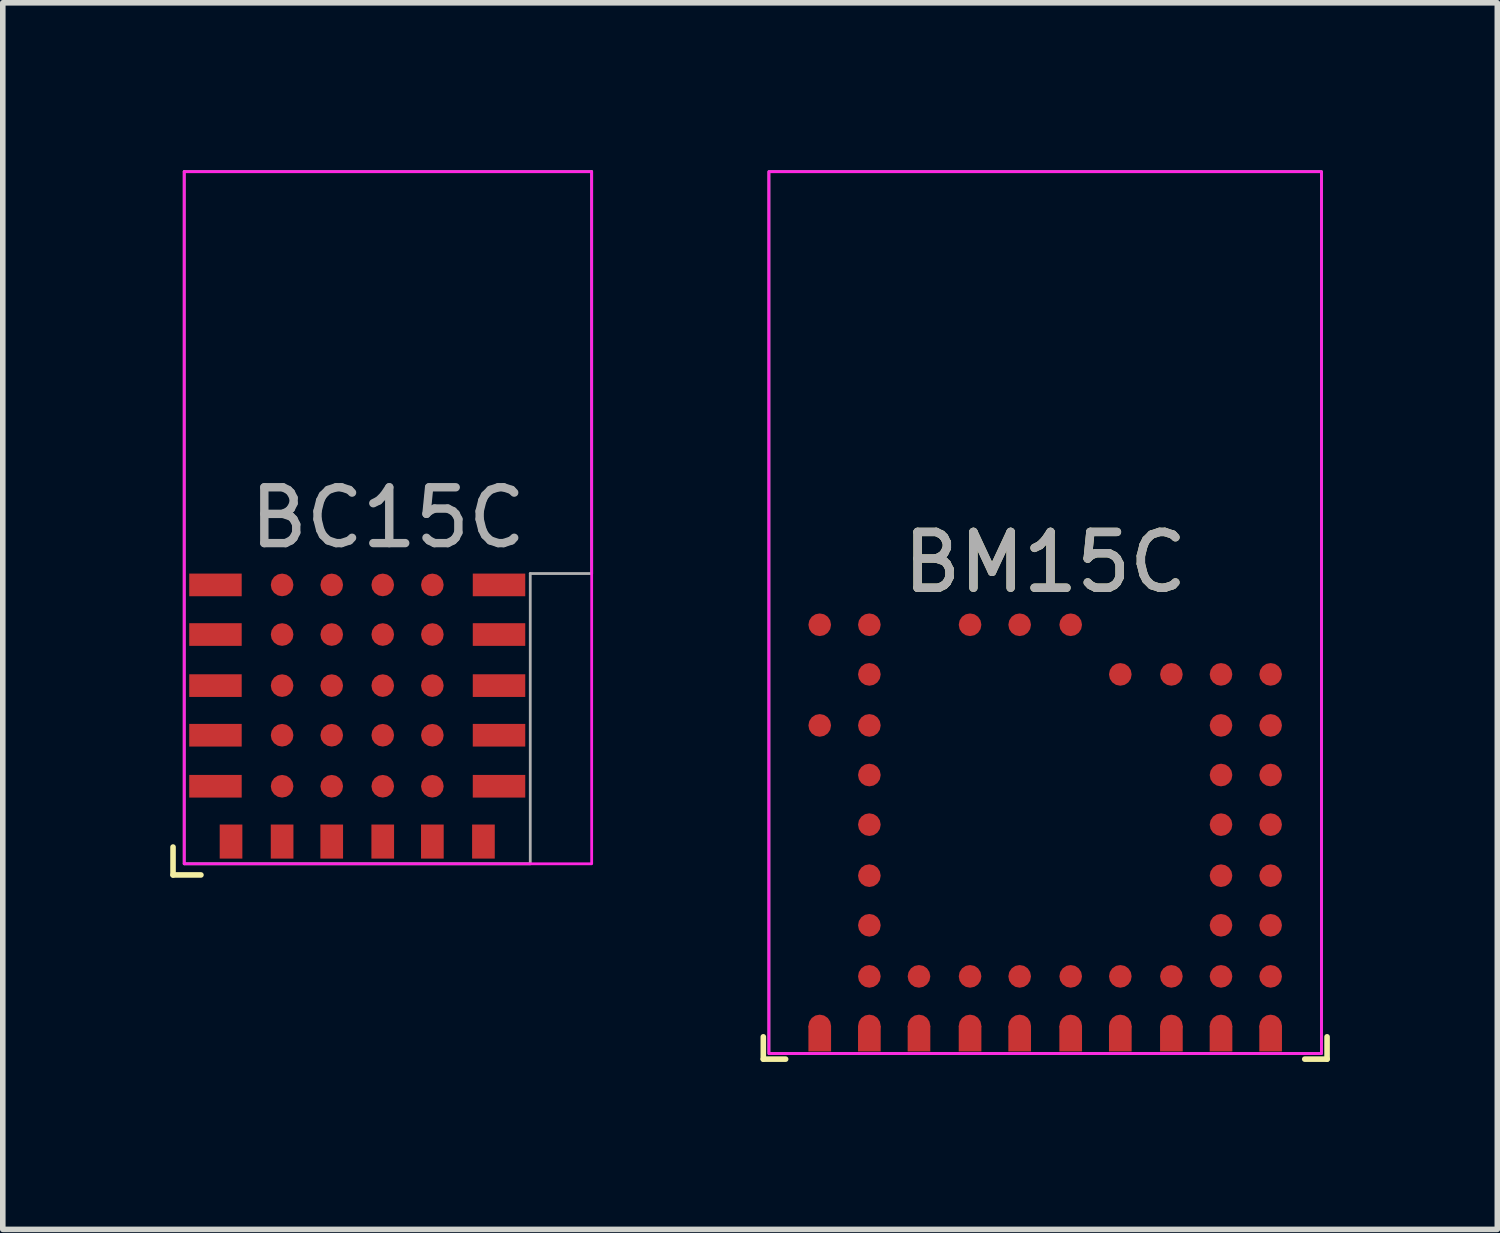
<source format=kicad_pcb>
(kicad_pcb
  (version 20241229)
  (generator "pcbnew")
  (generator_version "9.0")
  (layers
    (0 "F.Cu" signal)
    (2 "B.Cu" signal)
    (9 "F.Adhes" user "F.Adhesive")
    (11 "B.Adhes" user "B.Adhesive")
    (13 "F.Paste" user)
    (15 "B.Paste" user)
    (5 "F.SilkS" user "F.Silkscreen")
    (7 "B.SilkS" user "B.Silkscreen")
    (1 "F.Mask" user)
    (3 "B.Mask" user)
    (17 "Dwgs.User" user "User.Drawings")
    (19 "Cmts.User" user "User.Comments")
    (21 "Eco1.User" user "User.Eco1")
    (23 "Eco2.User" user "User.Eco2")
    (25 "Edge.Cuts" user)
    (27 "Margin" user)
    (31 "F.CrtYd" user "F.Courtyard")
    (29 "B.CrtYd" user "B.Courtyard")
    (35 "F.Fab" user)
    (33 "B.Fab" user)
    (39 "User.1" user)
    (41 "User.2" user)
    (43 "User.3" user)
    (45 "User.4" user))
  (footprint "BM15C"
    (layer "F.Cu")
    (at 15.675 7.025)
    (property "Reference" "BM15C" (at 0 0 0) (unlocked yes) (layer "F.SilkS") (effects (font (size 1 1) (thickness 0.15))))
    (fp_line (start -5.05 8.5) (end -5.05 8.9) (stroke (width 0.1) (type default)) (layer "F.SilkS"))
    (fp_line (start -5.05 8.9) (end -4.65 8.9) (stroke (width 0.1) (type default)) (layer "F.SilkS"))
    (fp_line (start 5.05 8.5) (end 5.05 8.9) (stroke (width 0.1) (type default)) (layer "F.SilkS"))
    (fp_line (start 5.05 8.9) (end 4.65 8.9) (stroke (width 0.1) (type default)) (layer "F.SilkS"))
    (fp_rect (start -4.95 -7) (end 4.95 8.8) (stroke (width 0.05) (type default)) (fill no) (layer "F.CrtYd"))
    (fp_rect (start -4.95 -7) (end 4.95 8.8) (stroke (width 0.05) (type solid)) (fill no) (layer "F.Fab"))
    (fp_text user "${REFERENCE}" (at 0 0 0) (unlocked yes) (layer "F.Fab") (effects (font (size 1 1) (thickness 0.15))))
    (pad "A1" smd roundrect (at -4.039 1.118 270) (size 0.406 0.406) (layers "F.Cu" "F.Mask" "F.Paste") (roundrect_rratio 0.5))
    (pad "A3" smd roundrect (at -4.039 2.921 270) (size 0.406 0.406) (layers "F.Cu" "F.Mask" "F.Paste") (roundrect_rratio 0.5))
    (pad "A9" smd roundrect (at -4.039 8.306 270) (size 0.406 0.406) (layers "F.Cu" "F.Mask" "F.Paste") (roundrect_rratio 0.5))
    (pad "A9" smd rect (at -4.039 8.534 270) (size 0.457 0.406) (layers "F.Cu" "F.Mask" "F.Paste"))
    (pad "B1" smd roundrect (at -3.15 1.118 270) (size 0.406 0.406) (layers "F.Cu" "F.Mask" "F.Paste") (roundrect_rratio 0.5))
    (pad "B2" smd roundrect (at -3.15 2.007 270) (size 0.406 0.406) (layers "F.Cu" "F.Mask" "F.Paste") (roundrect_rratio 0.5))
    (pad "B3" smd roundrect (at -3.15 2.921 270) (size 0.406 0.406) (layers "F.Cu" "F.Mask" "F.Paste") (roundrect_rratio 0.5))
    (pad "B4" smd roundrect (at -3.15 3.81 270) (size 0.406 0.406) (layers "F.Cu" "F.Mask" "F.Paste") (roundrect_rratio 0.5))
    (pad "B5" smd roundrect (at -3.15 4.699 270) (size 0.406 0.406) (layers "F.Cu" "F.Mask" "F.Paste") (roundrect_rratio 0.5))
    (pad "B6" smd roundrect (at -3.15 5.613 270) (size 0.406 0.406) (layers "F.Cu" "F.Mask" "F.Paste") (roundrect_rratio 0.5))
    (pad "B7" smd roundrect (at -3.15 6.502 270) (size 0.406 0.406) (layers "F.Cu" "F.Mask" "F.Paste") (roundrect_rratio 0.5))
    (pad "B8" smd roundrect (at -3.15 7.417 270) (size 0.406 0.406) (layers "F.Cu" "F.Mask" "F.Paste") (roundrect_rratio 0.5))
    (pad "B9" smd roundrect (at -3.15 8.306 270) (size 0.406 0.406) (layers "F.Cu" "F.Mask" "F.Paste") (roundrect_rratio 0.5))
    (pad "B9" smd rect (at -3.15 8.534 270) (size 0.457 0.406) (layers "F.Cu" "F.Mask" "F.Paste"))
    (pad "C8" smd roundrect (at -2.261 7.417 270) (size 0.406 0.406) (layers "F.Cu" "F.Mask" "F.Paste") (roundrect_rratio 0.5))
    (pad "C9" smd roundrect (at -2.261 8.306 270) (size 0.406 0.406) (layers "F.Cu" "F.Mask" "F.Paste") (roundrect_rratio 0.5))
    (pad "C9" smd rect (at -2.261 8.534 270) (size 0.457 0.406) (layers "F.Cu" "F.Mask" "F.Paste"))
    (pad "D1" smd roundrect (at -1.346 1.118 270) (size 0.406 0.406) (layers "F.Cu" "F.Mask" "F.Paste") (roundrect_rratio 0.5))
    (pad "D8" smd roundrect (at -1.346 7.417 270) (size 0.406 0.406) (layers "F.Cu" "F.Mask" "F.Paste") (roundrect_rratio 0.5))
    (pad "D9" smd roundrect (at -1.346 8.306 270) (size 0.406 0.406) (layers "F.Cu" "F.Mask" "F.Paste") (roundrect_rratio 0.5))
    (pad "D9" smd rect (at -1.346 8.534 270) (size 0.457 0.406) (layers "F.Cu" "F.Mask" "F.Paste"))
    (pad "E1" smd roundrect (at -0.457 1.118 270) (size 0.406 0.406) (layers "F.Cu" "F.Mask" "F.Paste") (roundrect_rratio 0.5))
    (pad "E8" smd roundrect (at -0.457 7.417 270) (size 0.406 0.406) (layers "F.Cu" "F.Mask" "F.Paste") (roundrect_rratio 0.5))
    (pad "E9" smd roundrect (at -0.457 8.306 270) (size 0.406 0.406) (layers "F.Cu" "F.Mask" "F.Paste") (roundrect_rratio 0.5))
    (pad "E9" smd rect (at -0.457 8.534 270) (size 0.457 0.406) (layers "F.Cu" "F.Mask" "F.Paste"))
    (pad "F1" smd roundrect (at 0.457 1.118 270) (size 0.406 0.406) (layers "F.Cu" "F.Mask" "F.Paste") (roundrect_rratio 0.5))
    (pad "F8" smd roundrect (at 0.457 7.417 270) (size 0.406 0.406) (layers "F.Cu" "F.Mask" "F.Paste") (roundrect_rratio 0.5))
    (pad "F9" smd roundrect (at 0.457 8.306 270) (size 0.406 0.406) (layers "F.Cu" "F.Mask" "F.Paste") (roundrect_rratio 0.5))
    (pad "F9" smd rect (at 0.457 8.534 270) (size 0.457 0.406) (layers "F.Cu" "F.Mask" "F.Paste"))
    (pad "G2" smd roundrect (at 1.346 2.007 270) (size 0.406 0.406) (layers "F.Cu" "F.Mask" "F.Paste") (roundrect_rratio 0.5))
    (pad "G8" smd roundrect (at 1.346 7.417 270) (size 0.406 0.406) (layers "F.Cu" "F.Mask" "F.Paste") (roundrect_rratio 0.5))
    (pad "G9" smd roundrect (at 1.346 8.306 270) (size 0.406 0.406) (layers "F.Cu" "F.Mask" "F.Paste") (roundrect_rratio 0.5))
    (pad "G9" smd rect (at 1.346 8.534 270) (size 0.457 0.406) (layers "F.Cu" "F.Mask" "F.Paste"))
    (pad "H2" smd roundrect (at 2.261 2.007 270) (size 0.406 0.406) (layers "F.Cu" "F.Mask" "F.Paste") (roundrect_rratio 0.5))
    (pad "H8" smd roundrect (at 2.261 7.417 270) (size 0.406 0.406) (layers "F.Cu" "F.Mask" "F.Paste") (roundrect_rratio 0.5))
    (pad "H9" smd roundrect (at 2.261 8.306 270) (size 0.406 0.406) (layers "F.Cu" "F.Mask" "F.Paste") (roundrect_rratio 0.5))
    (pad "H9" smd rect (at 2.261 8.534 270) (size 0.457 0.406) (layers "F.Cu" "F.Mask" "F.Paste"))
    (pad "J2" smd roundrect (at 3.15 2.007 270) (size 0.406 0.406) (layers "F.Cu" "F.Mask" "F.Paste") (roundrect_rratio 0.5))
    (pad "J3" smd roundrect (at 3.15 2.921 270) (size 0.406 0.406) (layers "F.Cu" "F.Mask" "F.Paste") (roundrect_rratio 0.5))
    (pad "J4" smd roundrect (at 3.15 3.81 270) (size 0.406 0.406) (layers "F.Cu" "F.Mask" "F.Paste") (roundrect_rratio 0.5))
    (pad "J5" smd roundrect (at 3.15 4.699 270) (size 0.406 0.406) (layers "F.Cu" "F.Mask" "F.Paste") (roundrect_rratio 0.5))
    (pad "J6" smd roundrect (at 3.15 5.613 270) (size 0.406 0.406) (layers "F.Cu" "F.Mask" "F.Paste") (roundrect_rratio 0.5))
    (pad "J7" smd roundrect (at 3.15 6.502 270) (size 0.406 0.406) (layers "F.Cu" "F.Mask" "F.Paste") (roundrect_rratio 0.5))
    (pad "J8" smd roundrect (at 3.15 7.417 270) (size 0.406 0.406) (layers "F.Cu" "F.Mask" "F.Paste") (roundrect_rratio 0.5))
    (pad "J9" smd roundrect (at 3.15 8.306 270) (size 0.406 0.406) (layers "F.Cu" "F.Mask" "F.Paste") (roundrect_rratio 0.5))
    (pad "J9" smd rect (at 3.15 8.534 270) (size 0.457 0.406) (layers "F.Cu" "F.Mask" "F.Paste"))
    (pad "K2" smd roundrect (at 4.039 2.007 270) (size 0.406 0.406) (layers "F.Cu" "F.Mask" "F.Paste") (roundrect_rratio 0.5))
    (pad "K3" smd roundrect (at 4.039 2.921 270) (size 0.406 0.406) (layers "F.Cu" "F.Mask" "F.Paste") (roundrect_rratio 0.5))
    (pad "K4" smd roundrect (at 4.039 3.81 270) (size 0.406 0.406) (layers "F.Cu" "F.Mask" "F.Paste") (roundrect_rratio 0.5))
    (pad "K5" smd roundrect (at 4.039 4.699 270) (size 0.406 0.406) (layers "F.Cu" "F.Mask" "F.Paste") (roundrect_rratio 0.5))
    (pad "K6" smd roundrect (at 4.039 5.613 270) (size 0.406 0.406) (layers "F.Cu" "F.Mask" "F.Paste") (roundrect_rratio 0.5))
    (pad "K7" smd roundrect (at 4.039 6.502 270) (size 0.406 0.406) (layers "F.Cu" "F.Mask" "F.Paste") (roundrect_rratio 0.5))
    (pad "K8" smd roundrect (at 4.039 7.417 270) (size 0.406 0.406) (layers "F.Cu" "F.Mask" "F.Paste") (roundrect_rratio 0.5))
    (pad "K9" smd roundrect (at 4.039 8.306 270) (size 0.406 0.406) (layers "F.Cu" "F.Mask" "F.Paste") (roundrect_rratio 0.5))
    (pad "K9" smd rect (at 4.039 8.531 270) (size 0.463 0.406) (layers "F.Cu" "F.Mask" "F.Paste")))
  (footprint "BC15C"
    (layer "F.Cu")
    (at 3.9 6.225)
    (property "Reference" "BC15C" (at 0 0 0) (unlocked yes) (layer "F.SilkS") (effects (font (size 1 1) (thickness 0.125))))
    (fp_line (start -3.85 5.9) (end -3.85 6.4) (stroke (width 0.1) (type default)) (layer "F.SilkS"))
    (fp_line (start -3.85 6.4) (end -3.35 6.4) (stroke (width 0.1) (type default)) (layer "F.SilkS"))
    (fp_rect (start -3.65 -6.2) (end 3.65 6.2) (stroke (width 0.05) (type default)) (fill no) (layer "F.CrtYd"))
    (fp_line (start -3.65 -6.2) (end 3.65 -6.2) (stroke (width 0.05) (type solid)) (layer "F.Fab"))
    (fp_line (start -3.65 6.2) (end -3.65 -6.2) (stroke (width 0.05) (type solid)) (layer "F.Fab"))
    (fp_line (start -3.65 6.2) (end 2.55 6.2) (stroke (width 0.05) (type solid)) (layer "F.Fab"))
    (fp_line (start 2.55 1) (end 3.65 1) (stroke (width 0.05) (type solid)) (layer "F.Fab"))
    (fp_line (start 2.55 6.2) (end 2.55 1) (stroke (width 0.05) (type solid)) (layer "F.Fab"))
    (fp_line (start 3.65 1) (end 3.65 -6.2) (stroke (width 0.05) (type solid)) (layer "F.Fab"))
    (fp_text user "${REFERENCE}" (at 0 0 0) (unlocked yes) (layer "F.Fab") (effects (font (size 1 1) (thickness 0.15))))
    (pad "A1" smd rect (at -3.09 1.204) (size 0.94 0.406) (layers "F.Cu" "F.Mask" "F.Paste"))
    (pad "A2" smd rect (at -3.09 2.093) (size 0.94 0.406) (layers "F.Cu" "F.Mask" "F.Paste"))
    (pad "A3" smd rect (at -3.09 3.008) (size 0.94 0.406) (layers "F.Cu" "F.Mask" "F.Paste"))
    (pad "A4" smd rect (at -3.09 3.897) (size 0.94 0.406) (layers "F.Cu" "F.Mask" "F.Paste"))
    (pad "A5" smd rect (at -3.09 4.811) (size 0.94 0.406) (layers "F.Cu" "F.Mask" "F.Paste"))
    (pad "A6" smd rect (at -2.811 5.802 90) (size 0.61 0.406) (layers "F.Cu" "F.Mask" "F.Paste"))
    (pad "B1" smd roundrect (at -1.896 1.204) (size 0.406 0.406) (layers "F.Cu" "F.Mask" "F.Paste") (roundrect_rratio 0.5))
    (pad "B2" smd roundrect (at -1.896 2.093) (size 0.406 0.406) (layers "F.Cu" "F.Mask" "F.Paste") (roundrect_rratio 0.5))
    (pad "B3" smd roundrect (at -1.896 3.008) (size 0.406 0.406) (layers "F.Cu" "F.Mask" "F.Paste") (roundrect_rratio 0.5))
    (pad "B4" smd roundrect (at -1.896 3.897) (size 0.406 0.406) (layers "F.Cu" "F.Mask" "F.Paste") (roundrect_rratio 0.5))
    (pad "B5" smd roundrect (at -1.896 4.811) (size 0.406 0.406) (layers "F.Cu" "F.Mask" "F.Paste") (roundrect_rratio 0.5))
    (pad "B6" smd rect (at -1.896 5.802 90) (size 0.61 0.406) (layers "F.Cu" "F.Mask" "F.Paste"))
    (pad "C1" smd roundrect (at -1.007 1.204) (size 0.406 0.406) (layers "F.Cu" "F.Mask" "F.Paste") (roundrect_rratio 0.5))
    (pad "C2" smd roundrect (at -1.007 2.093) (size 0.406 0.406) (layers "F.Cu" "F.Mask" "F.Paste") (roundrect_rratio 0.5))
    (pad "C3" smd roundrect (at -1.007 3.008) (size 0.406 0.406) (layers "F.Cu" "F.Mask" "F.Paste") (roundrect_rratio 0.5))
    (pad "C4" smd roundrect (at -1.007 3.897) (size 0.406 0.406) (layers "F.Cu" "F.Mask" "F.Paste") (roundrect_rratio 0.5))
    (pad "C5" smd roundrect (at -1.007 4.811) (size 0.406 0.406) (layers "F.Cu" "F.Mask" "F.Paste") (roundrect_rratio 0.5))
    (pad "C6" smd rect (at -1.007 5.802 90) (size 0.61 0.406) (layers "F.Cu" "F.Mask" "F.Paste"))
    (pad "D1" smd roundrect (at -0.093 1.204) (size 0.406 0.406) (layers "F.Cu" "F.Mask" "F.Paste") (roundrect_rratio 0.5))
    (pad "D2" smd roundrect (at -0.093 2.093) (size 0.406 0.406) (layers "F.Cu" "F.Mask" "F.Paste") (roundrect_rratio 0.5))
    (pad "D3" smd roundrect (at -0.093 3.008) (size 0.406 0.406) (layers "F.Cu" "F.Mask" "F.Paste") (roundrect_rratio 0.5))
    (pad "D4" smd roundrect (at -0.093 3.897) (size 0.406 0.406) (layers "F.Cu" "F.Mask" "F.Paste") (roundrect_rratio 0.5))
    (pad "D5" smd roundrect (at -0.093 4.811) (size 0.406 0.406) (layers "F.Cu" "F.Mask" "F.Paste") (roundrect_rratio 0.5))
    (pad "D6" smd rect (at -0.093 5.802 90) (size 0.61 0.406) (layers "F.Cu" "F.Mask" "F.Paste"))
    (pad "E1" smd roundrect (at 0.796 1.204) (size 0.406 0.406) (layers "F.Cu" "F.Mask" "F.Paste") (roundrect_rratio 0.5))
    (pad "E2" smd roundrect (at 0.796 2.093) (size 0.406 0.406) (layers "F.Cu" "F.Mask" "F.Paste") (roundrect_rratio 0.5))
    (pad "E3" smd roundrect (at 0.796 3.008) (size 0.406 0.406) (layers "F.Cu" "F.Mask" "F.Paste") (roundrect_rratio 0.5))
    (pad "E4" smd roundrect (at 0.796 3.897) (size 0.406 0.406) (layers "F.Cu" "F.Mask" "F.Paste") (roundrect_rratio 0.5))
    (pad "E5" smd roundrect (at 0.796 4.811) (size 0.406 0.406) (layers "F.Cu" "F.Mask" "F.Paste") (roundrect_rratio 0.5))
    (pad "E6" smd rect (at 0.796 5.802 90) (size 0.61 0.406) (layers "F.Cu" "F.Mask" "F.Paste"))
    (pad "F1" smd rect (at 1.99 1.204) (size 0.94 0.406) (layers "F.Cu" "F.Mask" "F.Paste"))
    (pad "F2" smd rect (at 1.99 2.093) (size 0.94 0.406) (layers "F.Cu" "F.Mask" "F.Paste"))
    (pad "F3" smd rect (at 1.99 3.008) (size 0.94 0.406) (layers "F.Cu" "F.Mask" "F.Paste"))
    (pad "F4" smd rect (at 1.99 3.897) (size 0.94 0.406) (layers "F.Cu" "F.Mask" "F.Paste"))
    (pad "F5" smd rect (at 1.99 4.811) (size 0.94 0.406) (layers "F.Cu" "F.Mask" "F.Paste"))
    (pad "F6" smd rect (at 1.711 5.802 90) (size 0.61 0.406) (layers "F.Cu" "F.Mask" "F.Paste"))
    (zone (net_name "") (layers "F.Cu" "B.Cu") (hatch edge 0.5) (connect_pads) (min_thickness 0.25) (filled_areas_thickness no) (keepout (tracks not_allowed) (vias not_allowed) (pads not_allowed) (copperpour not_allowed) (footprints not_allowed)) (placement (enabled no)) (fill) (polygon (pts (xy 0.25 0.025) (xy 7.55 0.025) (xy 7.55 4.425) (xy 0.25 4.425)))))
  (gr_rect
    (start -3 -3)
    (end 23.775 18.975)
    (stroke (width 0.1) (type default))
    (fill no)
    (layer "Edge.Cuts")))
</source>
